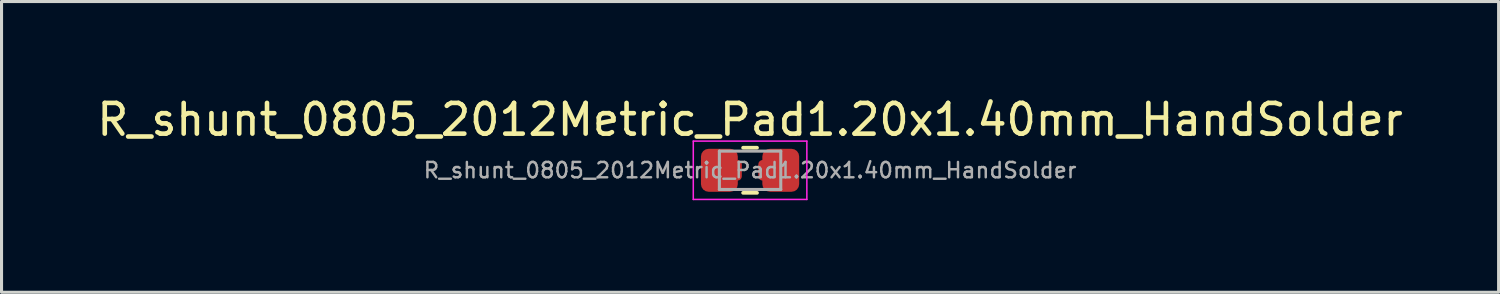
<source format=kicad_pcb>
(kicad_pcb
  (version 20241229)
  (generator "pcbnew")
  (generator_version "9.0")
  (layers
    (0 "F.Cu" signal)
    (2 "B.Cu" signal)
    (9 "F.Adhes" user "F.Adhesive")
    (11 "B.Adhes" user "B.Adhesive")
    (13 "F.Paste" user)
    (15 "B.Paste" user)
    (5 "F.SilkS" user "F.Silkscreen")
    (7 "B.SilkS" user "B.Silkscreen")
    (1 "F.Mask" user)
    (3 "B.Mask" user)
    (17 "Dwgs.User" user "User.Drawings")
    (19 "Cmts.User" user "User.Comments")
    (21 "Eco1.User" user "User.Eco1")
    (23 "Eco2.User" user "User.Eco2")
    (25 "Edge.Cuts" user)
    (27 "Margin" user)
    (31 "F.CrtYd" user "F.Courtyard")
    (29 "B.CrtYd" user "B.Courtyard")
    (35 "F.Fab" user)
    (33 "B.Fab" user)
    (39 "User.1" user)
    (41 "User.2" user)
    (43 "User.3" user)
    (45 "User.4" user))
  (footprint "R_shunt_0805_2012Metric_Pad1.20x1.40mm_HandSolder"
    (layer "F.Cu")
    (at 21.387 2.498)
    (property "Reference" "R_shunt_0805_2012Metric_Pad1.20x1.40mm_HandSolder" (at 0 -1.65 0) (layer "F.SilkS") (effects (font (size 1 1) (thickness 0.15))))
    (attr smd)
    (fp_line (start -0.227 -0.735) (end 0.227 -0.735) (stroke (width 0.12) (type solid)) (layer "F.SilkS"))
    (fp_line (start -0.227 0.735) (end 0.227 0.735) (stroke (width 0.12) (type solid)) (layer "F.SilkS"))
    (fp_line (start -1.85 -0.95) (end 1.85 -0.95) (stroke (width 0.05) (type solid)) (layer "F.CrtYd"))
    (fp_line (start -1.85 0.95) (end -1.85 -0.95) (stroke (width 0.05) (type solid)) (layer "F.CrtYd"))
    (fp_line (start 1.85 -0.95) (end 1.85 0.95) (stroke (width 0.05) (type solid)) (layer "F.CrtYd"))
    (fp_line (start 1.85 0.95) (end -1.85 0.95) (stroke (width 0.05) (type solid)) (layer "F.CrtYd"))
    (fp_line (start -1 -0.625) (end 1 -0.625) (stroke (width 0.1) (type solid)) (layer "F.Fab"))
    (fp_line (start -1 0.625) (end -1 -0.625) (stroke (width 0.1) (type solid)) (layer "F.Fab"))
    (fp_line (start 1 -0.625) (end 1 0.625) (stroke (width 0.1) (type solid)) (layer "F.Fab"))
    (fp_line (start 1 0.625) (end -1 0.625) (stroke (width 0.1) (type solid)) (layer "F.Fab"))
    (fp_text user "${REFERENCE}" (at 0 0 0) (layer "F.Fab") (effects (font (size 0.5 0.5) (thickness 0.08))))
    (pad "1" smd roundrect (at -1 0) (size 1.2 1.4) (layers "F.Cu" "F.Mask" "F.Paste") (roundrect_rratio 0.208))
    (pad "2" smd roundrect (at -0.55 0 90) (size 0.671 0.562) (layers "F.Cu" "F.Mask" "F.Paste") (roundrect_rratio 0.25))
    (pad "3" smd roundrect (at 0.55 0 90) (size 0.671 0.562) (layers "F.Cu" "F.Mask" "F.Paste") (roundrect_rratio 0.25))
    (pad "4" smd roundrect (at 1 0) (size 1.2 1.4) (layers "F.Cu" "F.Mask" "F.Paste") (roundrect_rratio 0.208)))
  (gr_rect
    (start -3 -3)
    (end 45.774 6.473)
    (stroke (width 0.1) (type default))
    (fill no)
    (layer "Edge.Cuts")))
</source>
